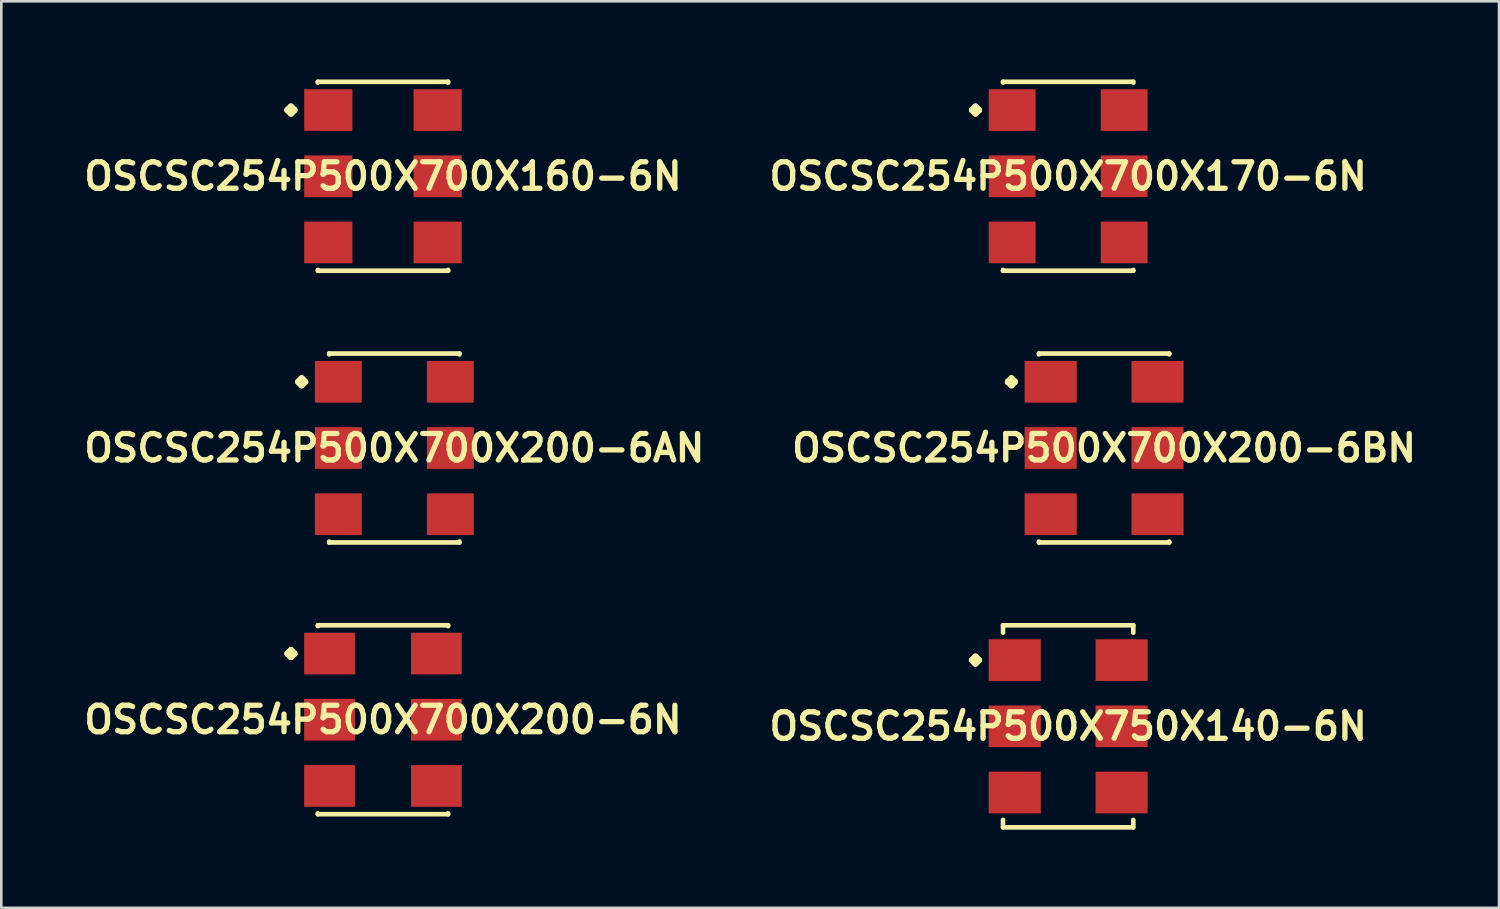
<source format=kicad_pcb>
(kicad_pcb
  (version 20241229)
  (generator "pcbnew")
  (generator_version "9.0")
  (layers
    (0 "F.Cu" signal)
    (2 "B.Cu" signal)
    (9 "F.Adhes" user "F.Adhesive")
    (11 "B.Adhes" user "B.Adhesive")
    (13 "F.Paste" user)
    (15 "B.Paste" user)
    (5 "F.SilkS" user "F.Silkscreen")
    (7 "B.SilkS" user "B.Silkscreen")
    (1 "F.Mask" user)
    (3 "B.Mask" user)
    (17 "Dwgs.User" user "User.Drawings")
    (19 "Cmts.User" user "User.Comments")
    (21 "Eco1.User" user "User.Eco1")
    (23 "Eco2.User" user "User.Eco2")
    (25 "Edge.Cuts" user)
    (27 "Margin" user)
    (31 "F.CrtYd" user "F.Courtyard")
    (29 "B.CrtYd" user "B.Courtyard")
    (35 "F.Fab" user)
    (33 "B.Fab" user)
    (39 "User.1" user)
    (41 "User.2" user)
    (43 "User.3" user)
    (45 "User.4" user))
  (footprint "OSCSC254P500X750X140-6N"
    (layer "F.Cu")
    (at 37.936 24.819)
    (property "Reference" "OSCSC254P500X750X140-6N" (at 0 0 0) (layer "F.SilkS") (effects (font (size 1.016 1.016) (thickness 0.203))))
    (attr smd)
    (fp_line (start -3.683 -2.54) (end -3.556 -2.667) (stroke (width 0.254) (type solid)) (layer "F.SilkS"))
    (fp_line (start -3.556 -2.667) (end -3.429 -2.54) (stroke (width 0.254) (type solid)) (layer "F.SilkS"))
    (fp_line (start -3.556 -2.413) (end -3.683 -2.54) (stroke (width 0.254) (type solid)) (layer "F.SilkS"))
    (fp_line (start -3.429 -2.54) (end -3.556 -2.413) (stroke (width 0.254) (type solid)) (layer "F.SilkS"))
    (fp_line (start -2.499 -3.876) (end 2.499 -3.876) (stroke (width 0.178) (type solid)) (layer "F.SilkS"))
    (fp_line (start -2.499 -3.592) (end -2.499 -3.876) (stroke (width 0.178) (type solid)) (layer "F.SilkS"))
    (fp_line (start -2.499 3.592) (end -2.499 3.876) (stroke (width 0.178) (type solid)) (layer "F.SilkS"))
    (fp_line (start -2.499 3.876) (end 2.499 3.876) (stroke (width 0.178) (type solid)) (layer "F.SilkS"))
    (fp_line (start 2.499 -3.876) (end 2.499 -3.592) (stroke (width 0.178) (type solid)) (layer "F.SilkS"))
    (fp_line (start 2.499 3.876) (end 2.499 3.592) (stroke (width 0.178) (type solid)) (layer "F.SilkS"))
    (pad "1" smd rect (at -2.05 -2.54) (size 1.999 1.598) (layers "F.Cu" "F.Mask" "F.Paste"))
    (pad "2" smd rect (at -2.05 0) (size 1.999 1.598) (layers "F.Cu" "F.Mask" "F.Paste"))
    (pad "3" smd rect (at -2.05 2.54) (size 1.999 1.598) (layers "F.Cu" "F.Mask" "F.Paste"))
    (pad "4" smd rect (at 2.05 2.54) (size 1.999 1.598) (layers "F.Cu" "F.Mask" "F.Paste"))
    (pad "5" smd rect (at 2.05 0) (size 1.999 1.598) (layers "F.Cu" "F.Mask" "F.Paste"))
    (pad "6" smd rect (at 2.05 -2.54) (size 1.999 1.598) (layers "F.Cu" "F.Mask" "F.Paste")))
  (footprint "OSCSC254P500X700X200-6AN"
    (layer "F.Cu")
    (at 12.081 14.14)
    (property "Reference" "OSCSC254P500X700X200-6AN" (at 0 0 0) (layer "F.SilkS") (effects (font (size 1.016 1.016) (thickness 0.203))))
    (attr smd)
    (fp_line (start -3.683 -2.54) (end -3.556 -2.667) (stroke (width 0.254) (type solid)) (layer "F.SilkS"))
    (fp_line (start -3.556 -2.667) (end -3.429 -2.54) (stroke (width 0.254) (type solid)) (layer "F.SilkS"))
    (fp_line (start -3.556 -2.413) (end -3.683 -2.54) (stroke (width 0.254) (type solid)) (layer "F.SilkS"))
    (fp_line (start -3.429 -2.54) (end -3.556 -2.413) (stroke (width 0.254) (type solid)) (layer "F.SilkS"))
    (fp_line (start -2.499 -3.625) (end 2.499 -3.625) (stroke (width 0.178) (type solid)) (layer "F.SilkS"))
    (fp_line (start -2.499 -3.592) (end -2.499 -3.625) (stroke (width 0.178) (type solid)) (layer "F.SilkS"))
    (fp_line (start -2.499 3.592) (end -2.499 3.625) (stroke (width 0.178) (type solid)) (layer "F.SilkS"))
    (fp_line (start -2.499 3.625) (end 2.499 3.625) (stroke (width 0.178) (type solid)) (layer "F.SilkS"))
    (fp_line (start 2.499 -3.625) (end 2.499 -3.592) (stroke (width 0.178) (type solid)) (layer "F.SilkS"))
    (fp_line (start 2.499 3.625) (end 2.499 3.592) (stroke (width 0.178) (type solid)) (layer "F.SilkS"))
    (pad "1" smd rect (at -2.149 -2.54) (size 1.798 1.598) (layers "F.Cu" "F.Mask" "F.Paste"))
    (pad "2" smd rect (at -2.149 0) (size 1.798 1.598) (layers "F.Cu" "F.Mask" "F.Paste"))
    (pad "3" smd rect (at -2.149 2.54) (size 1.798 1.598) (layers "F.Cu" "F.Mask" "F.Paste"))
    (pad "4" smd rect (at 2.149 2.54) (size 1.798 1.598) (layers "F.Cu" "F.Mask" "F.Paste"))
    (pad "5" smd rect (at 2.149 0) (size 1.798 1.598) (layers "F.Cu" "F.Mask" "F.Paste"))
    (pad "6" smd rect (at 2.149 -2.54) (size 1.798 1.598) (layers "F.Cu" "F.Mask" "F.Paste")))
  (footprint "OSCSC254P500X700X170-6N"
    (layer "F.Cu")
    (at 37.936 3.713)
    (property "Reference" "OSCSC254P500X700X170-6N" (at 0 0 0) (layer "F.SilkS") (effects (font (size 1.016 1.016) (thickness 0.203))))
    (attr smd)
    (fp_line (start -3.683 -2.54) (end -3.556 -2.667) (stroke (width 0.254) (type solid)) (layer "F.SilkS"))
    (fp_line (start -3.556 -2.667) (end -3.429 -2.54) (stroke (width 0.254) (type solid)) (layer "F.SilkS"))
    (fp_line (start -3.556 -2.413) (end -3.683 -2.54) (stroke (width 0.254) (type solid)) (layer "F.SilkS"))
    (fp_line (start -3.429 -2.54) (end -3.556 -2.413) (stroke (width 0.254) (type solid)) (layer "F.SilkS"))
    (fp_line (start -2.499 -3.625) (end 2.499 -3.625) (stroke (width 0.178) (type solid)) (layer "F.SilkS"))
    (fp_line (start -2.499 -3.592) (end -2.499 -3.625) (stroke (width 0.178) (type solid)) (layer "F.SilkS"))
    (fp_line (start -2.499 3.592) (end -2.499 3.625) (stroke (width 0.178) (type solid)) (layer "F.SilkS"))
    (fp_line (start -2.499 3.625) (end 2.499 3.625) (stroke (width 0.178) (type solid)) (layer "F.SilkS"))
    (fp_line (start 2.499 -3.625) (end 2.499 -3.592) (stroke (width 0.178) (type solid)) (layer "F.SilkS"))
    (fp_line (start 2.499 3.625) (end 2.499 3.592) (stroke (width 0.178) (type solid)) (layer "F.SilkS"))
    (pad "1" smd rect (at -2.149 -2.54) (size 1.798 1.598) (layers "F.Cu" "F.Mask" "F.Paste"))
    (pad "2" smd rect (at -2.149 0) (size 1.798 1.598) (layers "F.Cu" "F.Mask" "F.Paste"))
    (pad "3" smd rect (at -2.149 2.54) (size 1.798 1.598) (layers "F.Cu" "F.Mask" "F.Paste"))
    (pad "4" smd rect (at 2.149 2.54) (size 1.798 1.598) (layers "F.Cu" "F.Mask" "F.Paste"))
    (pad "5" smd rect (at 2.149 0) (size 1.798 1.598) (layers "F.Cu" "F.Mask" "F.Paste"))
    (pad "6" smd rect (at 2.149 -2.54) (size 1.798 1.598) (layers "F.Cu" "F.Mask" "F.Paste")))
  (footprint "OSCSC254P500X700X200-6BN"
    (layer "F.Cu")
    (at 39.315 14.14)
    (property "Reference" "OSCSC254P500X700X200-6BN" (at 0 0 0) (layer "F.SilkS") (effects (font (size 1.016 1.016) (thickness 0.203))))
    (attr smd)
    (fp_line (start -3.683 -2.54) (end -3.556 -2.667) (stroke (width 0.254) (type solid)) (layer "F.SilkS"))
    (fp_line (start -3.556 -2.667) (end -3.429 -2.54) (stroke (width 0.254) (type solid)) (layer "F.SilkS"))
    (fp_line (start -3.556 -2.413) (end -3.683 -2.54) (stroke (width 0.254) (type solid)) (layer "F.SilkS"))
    (fp_line (start -3.429 -2.54) (end -3.556 -2.413) (stroke (width 0.254) (type solid)) (layer "F.SilkS"))
    (fp_line (start -2.499 -3.625) (end 2.499 -3.625) (stroke (width 0.178) (type solid)) (layer "F.SilkS"))
    (fp_line (start -2.499 -3.592) (end -2.499 -3.625) (stroke (width 0.178) (type solid)) (layer "F.SilkS"))
    (fp_line (start -2.499 3.592) (end -2.499 3.625) (stroke (width 0.178) (type solid)) (layer "F.SilkS"))
    (fp_line (start -2.499 3.625) (end 2.499 3.625) (stroke (width 0.178) (type solid)) (layer "F.SilkS"))
    (fp_line (start 2.499 -3.625) (end 2.499 -3.592) (stroke (width 0.178) (type solid)) (layer "F.SilkS"))
    (fp_line (start 2.499 3.625) (end 2.499 3.592) (stroke (width 0.178) (type solid)) (layer "F.SilkS"))
    (pad "1" smd rect (at -2.05 -2.54) (size 1.999 1.598) (layers "F.Cu" "F.Mask" "F.Paste"))
    (pad "2" smd rect (at -2.05 0) (size 1.999 1.598) (layers "F.Cu" "F.Mask" "F.Paste"))
    (pad "3" smd rect (at -2.05 2.54) (size 1.999 1.598) (layers "F.Cu" "F.Mask" "F.Paste"))
    (pad "4" smd rect (at 2.05 2.54) (size 1.999 1.598) (layers "F.Cu" "F.Mask" "F.Paste"))
    (pad "5" smd rect (at 2.05 0) (size 1.999 1.598) (layers "F.Cu" "F.Mask" "F.Paste"))
    (pad "6" smd rect (at 2.05 -2.54) (size 1.999 1.598) (layers "F.Cu" "F.Mask" "F.Paste")))
  (footprint "OSCSC254P500X700X160-6N"
    (layer "F.Cu")
    (at 11.645 3.713)
    (property "Reference" "OSCSC254P500X700X160-6N" (at 0 0 0) (layer "F.SilkS") (effects (font (size 1.016 1.016) (thickness 0.203))))
    (attr smd)
    (fp_line (start -3.658 -2.54) (end -3.531 -2.667) (stroke (width 0.254) (type solid)) (layer "F.SilkS"))
    (fp_line (start -3.531 -2.667) (end -3.404 -2.54) (stroke (width 0.254) (type solid)) (layer "F.SilkS"))
    (fp_line (start -3.531 -2.413) (end -3.658 -2.54) (stroke (width 0.254) (type solid)) (layer "F.SilkS"))
    (fp_line (start -3.404 -2.54) (end -3.531 -2.413) (stroke (width 0.254) (type solid)) (layer "F.SilkS"))
    (fp_line (start -2.499 -3.625) (end 2.499 -3.625) (stroke (width 0.178) (type solid)) (layer "F.SilkS"))
    (fp_line (start -2.499 -3.592) (end -2.499 -3.625) (stroke (width 0.178) (type solid)) (layer "F.SilkS"))
    (fp_line (start -2.499 3.592) (end -2.499 3.625) (stroke (width 0.178) (type solid)) (layer "F.SilkS"))
    (fp_line (start -2.499 3.625) (end 2.499 3.625) (stroke (width 0.178) (type solid)) (layer "F.SilkS"))
    (fp_line (start 2.499 -3.625) (end 2.499 -3.592) (stroke (width 0.178) (type solid)) (layer "F.SilkS"))
    (fp_line (start 2.499 3.625) (end 2.499 3.592) (stroke (width 0.178) (type solid)) (layer "F.SilkS"))
    (pad "1" smd rect (at -2.098 -2.54) (size 1.849 1.598) (layers "F.Cu" "F.Mask" "F.Paste"))
    (pad "2" smd rect (at -2.098 0) (size 1.849 1.598) (layers "F.Cu" "F.Mask" "F.Paste"))
    (pad "3" smd rect (at -2.098 2.54) (size 1.849 1.598) (layers "F.Cu" "F.Mask" "F.Paste"))
    (pad "4" smd rect (at 2.098 2.54) (size 1.849 1.598) (layers "F.Cu" "F.Mask" "F.Paste"))
    (pad "5" smd rect (at 2.098 0) (size 1.849 1.598) (layers "F.Cu" "F.Mask" "F.Paste"))
    (pad "6" smd rect (at 2.098 -2.54) (size 1.849 1.598) (layers "F.Cu" "F.Mask" "F.Paste")))
  (footprint "OSCSC254P500X700X200-6N"
    (layer "F.Cu")
    (at 11.645 24.567)
    (property "Reference" "OSCSC254P500X700X200-6N" (at 0 0 0) (layer "F.SilkS") (effects (font (size 1.016 1.016) (thickness 0.203))))
    (attr smd)
    (fp_line (start -3.658 -2.54) (end -3.531 -2.667) (stroke (width 0.254) (type solid)) (layer "F.SilkS"))
    (fp_line (start -3.531 -2.667) (end -3.404 -2.54) (stroke (width 0.254) (type solid)) (layer "F.SilkS"))
    (fp_line (start -3.531 -2.413) (end -3.658 -2.54) (stroke (width 0.254) (type solid)) (layer "F.SilkS"))
    (fp_line (start -3.404 -2.54) (end -3.531 -2.413) (stroke (width 0.254) (type solid)) (layer "F.SilkS"))
    (fp_line (start -2.499 -3.625) (end 2.499 -3.625) (stroke (width 0.178) (type solid)) (layer "F.SilkS"))
    (fp_line (start -2.499 -3.592) (end -2.499 -3.625) (stroke (width 0.178) (type solid)) (layer "F.SilkS"))
    (fp_line (start -2.499 3.592) (end -2.499 3.625) (stroke (width 0.178) (type solid)) (layer "F.SilkS"))
    (fp_line (start -2.499 3.625) (end 2.499 3.625) (stroke (width 0.178) (type solid)) (layer "F.SilkS"))
    (fp_line (start 2.499 -3.625) (end 2.499 -3.592) (stroke (width 0.178) (type solid)) (layer "F.SilkS"))
    (fp_line (start 2.499 3.625) (end 2.499 3.592) (stroke (width 0.178) (type solid)) (layer "F.SilkS"))
    (pad "1" smd rect (at -2.05 -2.54) (size 1.948 1.598) (layers "F.Cu" "F.Mask" "F.Paste"))
    (pad "2" smd rect (at -2.05 0) (size 1.948 1.598) (layers "F.Cu" "F.Mask" "F.Paste"))
    (pad "3" smd rect (at -2.05 2.54) (size 1.948 1.598) (layers "F.Cu" "F.Mask" "F.Paste"))
    (pad "4" smd rect (at 2.05 2.54) (size 1.948 1.598) (layers "F.Cu" "F.Mask" "F.Paste"))
    (pad "5" smd rect (at 2.05 0) (size 1.948 1.598) (layers "F.Cu" "F.Mask" "F.Paste"))
    (pad "6" smd rect (at 2.05 -2.54) (size 1.948 1.598) (layers "F.Cu" "F.Mask" "F.Paste")))
  (gr_rect
    (start -3 -3)
    (end 54.468 31.784)
    (stroke (width 0.1) (type default))
    (fill no)
    (layer "Edge.Cuts")))
</source>
